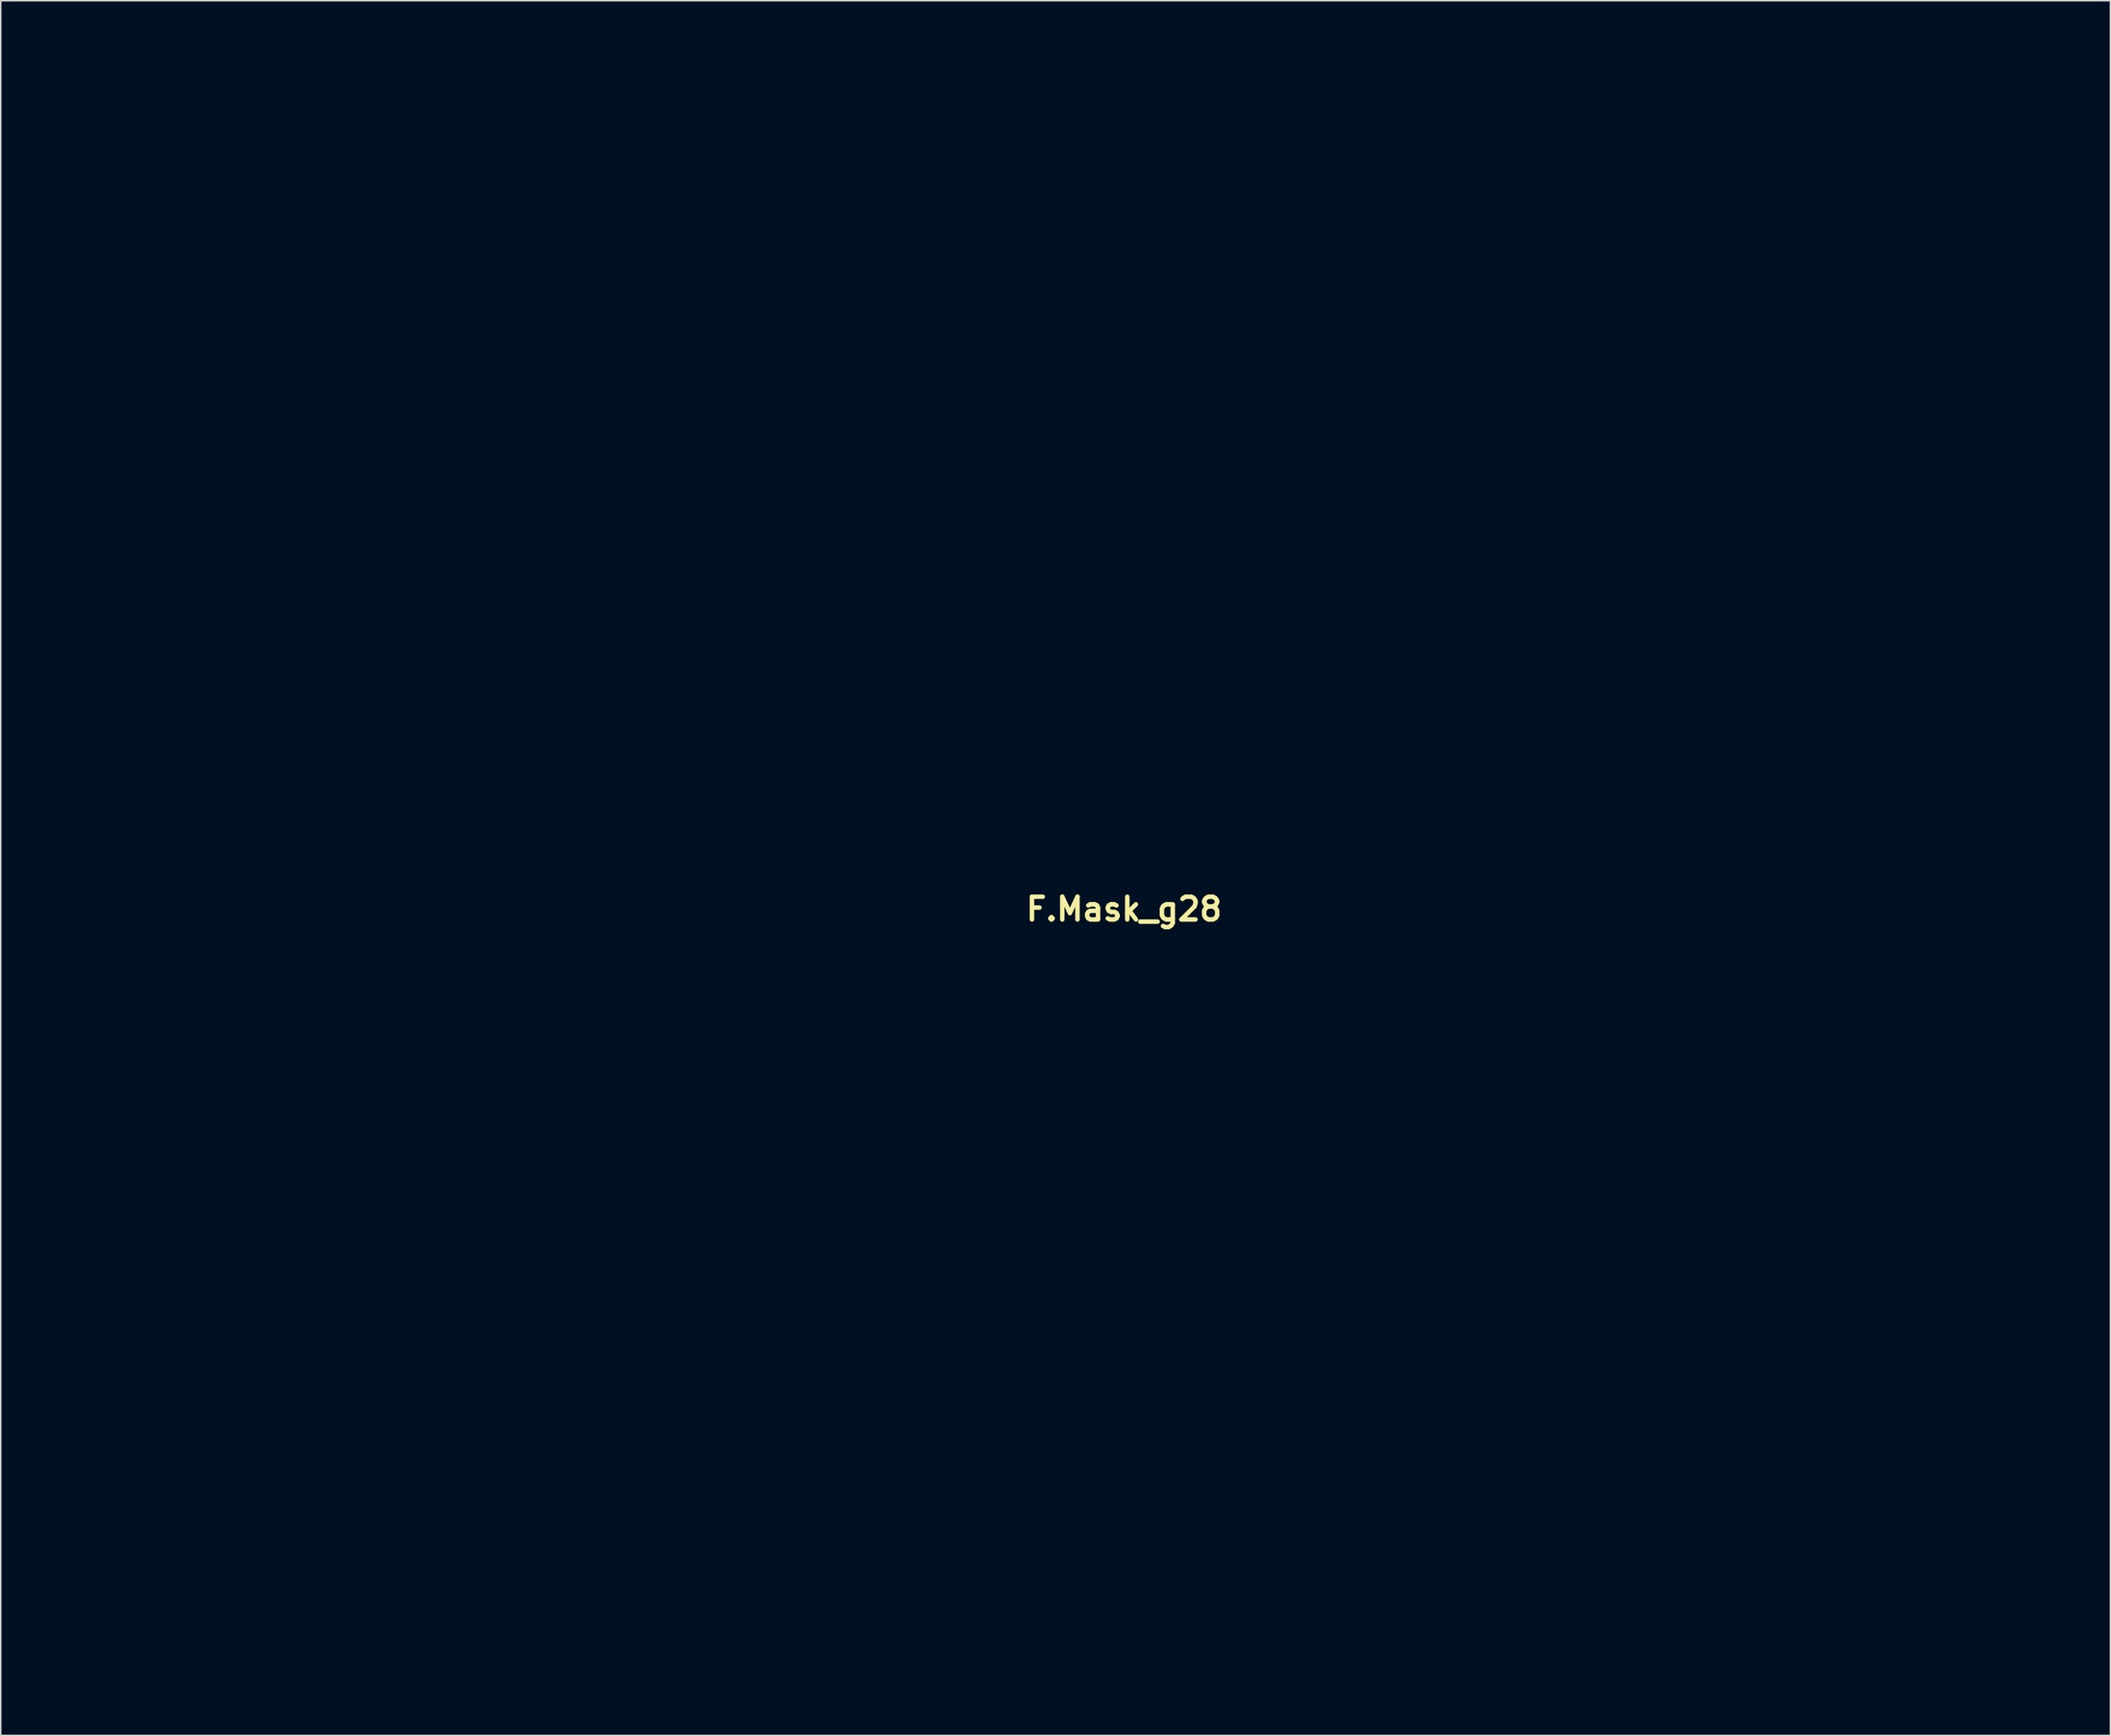
<source format=kicad_pcb>
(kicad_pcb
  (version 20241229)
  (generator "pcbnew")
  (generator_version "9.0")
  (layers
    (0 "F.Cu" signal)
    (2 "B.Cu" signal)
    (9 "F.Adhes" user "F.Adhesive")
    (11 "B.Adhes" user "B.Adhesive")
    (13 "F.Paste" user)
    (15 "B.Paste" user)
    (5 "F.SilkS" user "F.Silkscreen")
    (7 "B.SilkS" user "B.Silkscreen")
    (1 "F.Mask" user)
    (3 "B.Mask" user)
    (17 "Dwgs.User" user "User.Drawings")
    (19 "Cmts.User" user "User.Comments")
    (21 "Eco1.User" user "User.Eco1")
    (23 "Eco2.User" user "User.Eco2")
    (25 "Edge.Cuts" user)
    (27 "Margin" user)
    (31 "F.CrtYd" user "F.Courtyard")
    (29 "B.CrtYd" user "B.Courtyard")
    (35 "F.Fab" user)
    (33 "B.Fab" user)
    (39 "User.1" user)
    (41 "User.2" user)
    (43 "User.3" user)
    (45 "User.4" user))
  (footprint "F.Mask_g28"
    (layer "F.Cu")
    (at 72.268 57.896)
    (property "Reference" "F.Mask_g28" (at 0 0 0) (layer "F.SilkS") (effects (font (size 1.524 1.524) (thickness 0.3))))
    (attr through_hole)
    (fp_poly (pts (xy -56.43 -34.925) (xy -72.263 -34.925) (xy -72.263 -48.726) (xy -70.231 -48.726) (xy -70.231 -36.936) (xy -58.462 -36.936) (xy -58.462 -48.726) (xy -70.231 -48.726) (xy -72.263 -48.726) (xy -72.263 -50.736) (xy -56.43 -50.736) (xy -56.43 -34.925)) (stroke (width 0.01) (type solid)) (fill yes) (layer "F.Mask"))
    (fp_poly (pts (xy -56.43 -15.875) (xy -72.263 -15.875) (xy -72.263 -29.676) (xy -70.231 -29.676) (xy -70.231 -17.886) (xy -58.462 -17.886) (xy -58.462 -29.676) (xy -70.231 -29.676) (xy -72.263 -29.676) (xy -72.263 -31.686) (xy -56.43 -31.686) (xy -56.43 -15.875)) (stroke (width 0.01) (type solid)) (fill yes) (layer "F.Mask"))
    (fp_poly (pts (xy -56.43 3.175) (xy -72.263 3.175) (xy -72.263 -10.626) (xy -70.231 -10.626) (xy -70.231 1.164) (xy -58.462 1.164) (xy -58.462 -10.626) (xy -70.231 -10.626) (xy -72.263 -10.626) (xy -72.263 -12.636) (xy -56.43 -12.636) (xy -56.43 3.175)) (stroke (width 0.01) (type solid)) (fill yes) (layer "F.Mask"))
    (fp_poly (pts (xy -56.43 22.225) (xy -72.263 22.225) (xy -72.263 8.424) (xy -70.231 8.424) (xy -70.231 20.214) (xy -58.462 20.214) (xy -58.462 8.424) (xy -70.231 8.424) (xy -72.263 8.424) (xy -72.263 6.413) (xy -56.43 6.413) (xy -56.43 22.225)) (stroke (width 0.01) (type solid)) (fill yes) (layer "F.Mask"))
    (fp_poly (pts (xy -37.38 -34.925) (xy -53.213 -34.925) (xy -53.213 -48.726) (xy -51.181 -48.726) (xy -51.181 -36.936) (xy -39.412 -36.936) (xy -39.412 -48.726) (xy -51.181 -48.726) (xy -53.213 -48.726) (xy -53.213 -50.736) (xy -37.38 -50.736) (xy -37.38 -34.925)) (stroke (width 0.01) (type solid)) (fill yes) (layer "F.Mask"))
    (fp_poly (pts (xy -37.38 -15.875) (xy -53.213 -15.875) (xy -53.213 -29.676) (xy -51.181 -29.676) (xy -51.181 -17.886) (xy -39.412 -17.886) (xy -39.412 -29.676) (xy -51.181 -29.676) (xy -53.213 -29.676) (xy -53.213 -31.686) (xy -37.38 -31.686) (xy -37.38 -15.875)) (stroke (width 0.01) (type solid)) (fill yes) (layer "F.Mask"))
    (fp_poly (pts (xy -37.38 3.175) (xy -53.213 3.175) (xy -53.213 -10.626) (xy -51.181 -10.626) (xy -51.181 1.164) (xy -39.412 1.164) (xy -39.412 -10.626) (xy -51.181 -10.626) (xy -53.213 -10.626) (xy -53.213 -12.636) (xy -37.38 -12.636) (xy -37.38 3.175)) (stroke (width 0.01) (type solid)) (fill yes) (layer "F.Mask"))
    (fp_poly (pts (xy -37.38 22.225) (xy -53.213 22.225) (xy -53.213 8.424) (xy -51.181 8.424) (xy -51.181 20.214) (xy -39.412 20.214) (xy -39.412 8.424) (xy -51.181 8.424) (xy -53.213 8.424) (xy -53.213 6.413) (xy -37.38 6.413) (xy -37.38 22.225)) (stroke (width 0.01) (type solid)) (fill yes) (layer "F.Mask"))
    (fp_poly (pts (xy -18.33 -39.688) (xy -34.163 -39.688) (xy -34.163 -53.488) (xy -32.131 -53.488) (xy -32.131 -41.698) (xy -20.362 -41.698) (xy -20.362 -53.488) (xy -32.131 -53.488) (xy -34.163 -53.488) (xy -34.163 -55.499) (xy -18.33 -55.499) (xy -18.33 -39.688)) (stroke (width 0.01) (type solid)) (fill yes) (layer "F.Mask"))
    (fp_poly (pts (xy -18.33 -20.637) (xy -34.163 -20.637) (xy -34.163 -34.438) (xy -32.131 -34.438) (xy -32.131 -22.648) (xy -20.362 -22.648) (xy -20.362 -34.438) (xy -32.131 -34.438) (xy -34.163 -34.438) (xy -34.163 -36.449) (xy -18.33 -36.449) (xy -18.33 -20.637)) (stroke (width 0.01) (type solid)) (fill yes) (layer "F.Mask"))
    (fp_poly (pts (xy -18.33 -1.587) (xy -34.163 -1.587) (xy -34.163 -15.388) (xy -32.131 -15.388) (xy -32.131 -3.598) (xy -20.362 -3.598) (xy -20.362 -15.388) (xy -32.131 -15.388) (xy -34.163 -15.388) (xy -34.163 -17.399) (xy -18.33 -17.399) (xy -18.33 -1.587)) (stroke (width 0.01) (type solid)) (fill yes) (layer "F.Mask"))
    (fp_poly (pts (xy -18.33 17.462) (xy -34.163 17.462) (xy -34.163 3.662) (xy -32.131 3.662) (xy -32.131 15.452) (xy -20.362 15.452) (xy -20.362 3.662) (xy -32.131 3.662) (xy -34.163 3.662) (xy -34.163 1.651) (xy -18.33 1.651) (xy -18.33 17.462)) (stroke (width 0.01) (type solid)) (fill yes) (layer "F.Mask"))
    (fp_poly (pts (xy 0.699 -42.058) (xy -15.113 -42.058) (xy -15.113 -55.859) (xy -13.081 -55.859) (xy -13.081 -44.09) (xy -1.312 -44.09) (xy -1.312 -55.859) (xy -13.081 -55.859) (xy -15.113 -55.859) (xy -15.113 -57.891) (xy 0.699 -57.891) (xy 0.699 -42.058)) (stroke (width 0.01) (type solid)) (fill yes) (layer "F.Mask"))
    (fp_poly (pts (xy 0.699 -23.008) (xy -15.113 -23.008) (xy -15.113 -36.809) (xy -13.081 -36.809) (xy -13.081 -25.04) (xy -1.312 -25.04) (xy -1.312 -36.809) (xy -13.081 -36.809) (xy -15.113 -36.809) (xy -15.113 -38.841) (xy 0.699 -38.841) (xy 0.699 -23.008)) (stroke (width 0.01) (type solid)) (fill yes) (layer "F.Mask"))
    (fp_poly (pts (xy 0.699 -3.958) (xy -15.113 -3.958) (xy -15.113 -17.759) (xy -13.081 -17.759) (xy -13.081 -5.99) (xy -1.312 -5.99) (xy -1.312 -17.759) (xy -13.081 -17.759) (xy -15.113 -17.759) (xy -15.113 -19.791) (xy 0.699 -19.791) (xy 0.699 -3.958)) (stroke (width 0.01) (type solid)) (fill yes) (layer "F.Mask"))
    (fp_poly (pts (xy 0.699 15.092) (xy -15.113 15.092) (xy -15.113 1.291) (xy -13.081 1.291) (xy -13.081 13.06) (xy -1.312 13.06) (xy -1.312 1.291) (xy -13.081 1.291) (xy -15.113 1.291) (xy -15.113 -0.741) (xy 0.699 -0.741) (xy 0.699 15.092)) (stroke (width 0.01) (type solid)) (fill yes) (layer "F.Mask"))
    (fp_poly (pts (xy 10.223 38.904) (xy -5.588 38.904) (xy -5.588 25.104) (xy -3.556 25.104) (xy -3.556 36.872) (xy 8.213 36.872) (xy 8.213 25.104) (xy -3.556 25.104) (xy -5.588 25.104) (xy -5.588 23.072) (xy 10.223 23.072) (xy 10.223 38.904)) (stroke (width 0.01) (type solid)) (fill yes) (layer "F.Mask"))
    (fp_poly (pts (xy 19.748 -39.688) (xy 3.937 -39.688) (xy 3.937 -53.488) (xy 5.948 -53.488) (xy 5.948 -41.698) (xy 17.738 -41.698) (xy 17.738 -53.488) (xy 5.948 -53.488) (xy 3.937 -53.488) (xy 3.937 -55.499) (xy 19.748 -55.499) (xy 19.748 -39.688)) (stroke (width 0.01) (type solid)) (fill yes) (layer "F.Mask"))
    (fp_poly (pts (xy 19.748 -20.637) (xy 3.937 -20.637) (xy 3.937 -34.438) (xy 5.948 -34.438) (xy 5.948 -22.648) (xy 17.738 -22.648) (xy 17.738 -34.438) (xy 5.948 -34.438) (xy 3.937 -34.438) (xy 3.937 -36.449) (xy 19.748 -36.449) (xy 19.748 -20.637)) (stroke (width 0.01) (type solid)) (fill yes) (layer "F.Mask"))
    (fp_poly (pts (xy 19.748 -1.587) (xy 3.937 -1.587) (xy 3.937 -15.388) (xy 5.948 -15.388) (xy 5.948 -3.598) (xy 17.738 -3.598) (xy 17.738 -15.388) (xy 5.948 -15.388) (xy 3.937 -15.388) (xy 3.937 -17.399) (xy 19.748 -17.399) (xy 19.748 -1.587)) (stroke (width 0.01) (type solid)) (fill yes) (layer "F.Mask"))
    (fp_poly (pts (xy 19.748 17.462) (xy 3.937 17.462) (xy 3.937 3.662) (xy 5.948 3.662) (xy 5.948 15.452) (xy 17.738 15.452) (xy 17.738 3.662) (xy 5.948 3.662) (xy 3.937 3.662) (xy 3.937 1.651) (xy 19.748 1.651) (xy 19.748 17.462)) (stroke (width 0.01) (type solid)) (fill yes) (layer "F.Mask"))
    (fp_poly (pts (xy 29.273 41.296) (xy 13.462 41.296) (xy 13.462 27.495) (xy 15.473 27.495) (xy 15.473 39.264) (xy 27.263 39.264) (xy 27.263 27.495) (xy 15.473 27.495) (xy 13.462 27.495) (xy 13.462 25.463) (xy 29.273 25.463) (xy 29.273 41.296)) (stroke (width 0.01) (type solid)) (fill yes) (layer "F.Mask"))
    (fp_poly (pts (xy 38.798 -37.296) (xy 22.987 -37.296) (xy 22.987 -51.096) (xy 24.998 -51.096) (xy 24.998 -39.328) (xy 36.788 -39.328) (xy 36.788 -51.096) (xy 24.998 -51.096) (xy 22.987 -51.096) (xy 22.987 -53.128) (xy 38.798 -53.128) (xy 38.798 -37.296)) (stroke (width 0.01) (type solid)) (fill yes) (layer "F.Mask"))
    (fp_poly (pts (xy 38.798 -18.246) (xy 22.987 -18.246) (xy 22.987 -32.046) (xy 24.998 -32.046) (xy 24.998 -20.278) (xy 36.788 -20.278) (xy 36.788 -32.046) (xy 24.998 -32.046) (xy 22.987 -32.046) (xy 22.987 -34.078) (xy 38.798 -34.078) (xy 38.798 -18.246)) (stroke (width 0.01) (type solid)) (fill yes) (layer "F.Mask"))
    (fp_poly (pts (xy 38.798 0.804) (xy 22.987 0.804) (xy 22.987 -12.996) (xy 24.998 -12.996) (xy 24.998 -1.228) (xy 36.788 -1.228) (xy 36.788 -12.996) (xy 24.998 -12.996) (xy 22.987 -12.996) (xy 22.987 -15.028) (xy 38.798 -15.028) (xy 38.798 0.804)) (stroke (width 0.01) (type solid)) (fill yes) (layer "F.Mask"))
    (fp_poly (pts (xy 38.798 19.854) (xy 22.987 19.854) (xy 22.987 6.054) (xy 24.998 6.054) (xy 24.998 17.822) (xy 36.788 17.822) (xy 36.788 6.054) (xy 24.998 6.054) (xy 22.987 6.054) (xy 22.987 4.022) (xy 38.798 4.022) (xy 38.798 19.854)) (stroke (width 0.01) (type solid)) (fill yes) (layer "F.Mask"))
    (fp_poly (pts (xy 39.897 30.821) (xy 39.952 30.85) (xy 40.039 30.899) (xy 40.159 30.967) (xy 40.309 31.052) (xy 40.488 31.154) (xy 40.695 31.271) (xy 40.927 31.404) (xy 41.184 31.551) (xy 41.463 31.71) (xy 41.763 31.883) (xy 42.083 32.066) (xy 42.421 32.26) (xy 42.775 32.463) (xy 43.144 32.676) (xy 43.527 32.896) (xy 43.921 33.122) (xy 44.326 33.355) (xy 44.74 33.593) (xy 45.16 33.835) (xy 45.587 34.081) (xy 46.017 34.329) (xy 46.45 34.578) (xy 46.883 34.828) (xy 47.317 35.078) (xy 47.748 35.327) (xy 48.175 35.574) (xy 48.597 35.817) (xy 49.012 36.057) (xy 49.419 36.292) (xy 49.817 36.522) (xy 50.202 36.745) (xy 50.575 36.96) (xy 50.933 37.167) (xy 51.275 37.365) (xy 51.599 37.553) (xy 51.904 37.73) (xy 52.189 37.895) (xy 52.451 38.047) (xy 52.689 38.186) (xy 52.902 38.31) (xy 53.088 38.419) (xy 53.245 38.511) (xy 53.372 38.586) (xy 53.468 38.643) (xy 53.53 38.68) (xy 53.558 38.698) (xy 53.56 38.699) (xy 53.552 38.718) (xy 53.526 38.768) (xy 53.482 38.851) (xy 53.418 38.966) (xy 53.336 39.113) (xy 53.234 39.293) (xy 53.113 39.507) (xy 52.973 39.753) (xy 52.813 40.034) (xy 52.634 40.348) (xy 52.435 40.696) (xy 52.215 41.078) (xy 51.976 41.495) (xy 51.716 41.947) (xy 51.436 42.434) (xy 51.136 42.956) (xy 50.815 43.514) (xy 50.473 44.107) (xy 50.11 44.737) (xy 49.725 45.403) (xy 49.646 45.541) (xy 49.358 46.039) (xy 49.076 46.528) (xy 48.8 47.006) (xy 48.531 47.472) (xy 48.269 47.925) (xy 48.016 48.364) (xy 47.772 48.787) (xy 47.537 49.193) (xy 47.313 49.58) (xy 47.1 49.948) (xy 46.899 50.296) (xy 46.711 50.621) (xy 46.537 50.923) (xy 46.376 51.2) (xy 46.231 51.451) (xy 46.101 51.675) (xy 45.987 51.871) (xy 45.891 52.037) (xy 45.813 52.172) (xy 45.753 52.274) (xy 45.713 52.343) (xy 45.692 52.377) (xy 45.69 52.38) (xy 45.678 52.377) (xy 45.646 52.361) (xy 45.593 52.334) (xy 45.519 52.294) (xy 45.422 52.241) (xy 45.303 52.174) (xy 45.159 52.094) (xy 44.991 51.999) (xy 44.798 51.89) (xy 44.579 51.765) (xy 44.333 51.625) (xy 44.059 51.468) (xy 43.758 51.295) (xy 43.427 51.106) (xy 43.067 50.899) (xy 42.676 50.674) (xy 42.254 50.431) (xy 41.8 50.17) (xy 41.313 49.889) (xy 40.793 49.59) (xy 40.239 49.27) (xy 39.65 48.93) (xy 39.025 48.569) (xy 38.825 48.454) (xy 38.194 48.089) (xy 37.598 47.745) (xy 37.038 47.421) (xy 36.512 47.117) (xy 36.02 46.832) (xy 35.56 46.566) (xy 35.132 46.319) (xy 34.736 46.089) (xy 34.37 45.876) (xy 34.033 45.681) (xy 33.726 45.502) (xy 33.446 45.339) (xy 33.194 45.192) (xy 32.968 45.06) (xy 32.768 44.942) (xy 32.593 44.839) (xy 32.442 44.75) (xy 32.315 44.674) (xy 32.21 44.61) (xy 32.126 44.56) (xy 32.064 44.521) (xy 32.022 44.493) (xy 31.999 44.477) (xy 31.995 44.471) (xy 32.006 44.451) (xy 32.038 44.395) (xy 32.089 44.306) (xy 32.158 44.184) (xy 32.245 44.033) (xy 32.349 43.852) (xy 32.416 43.736) (xy 34.761 43.736) (xy 34.778 43.749) (xy 34.831 43.782) (xy 34.916 43.834) (xy 35.033 43.904) (xy 35.179 43.99) (xy 35.354 44.093) (xy 35.554 44.21) (xy 35.778 44.341) (xy 36.024 44.485) (xy 36.291 44.641) (xy 36.577 44.807) (xy 36.88 44.983) (xy 37.198 45.168) (xy 37.529 45.36) (xy 37.872 45.559) (xy 38.224 45.763) (xy 38.584 45.971) (xy 38.951 46.183) (xy 39.322 46.398) (xy 39.695 46.614) (xy 40.07 46.83) (xy 40.443 47.045) (xy 40.813 47.259) (xy 41.179 47.469) (xy 41.538 47.676) (xy 41.889 47.878) (xy 42.23 48.074) (xy 42.559 48.263) (xy 42.874 48.445) (xy 43.175 48.617) (xy 43.457 48.779) (xy 43.721 48.93) (xy 43.964 49.068) (xy 44.185 49.194) (xy 44.381 49.305) (xy 44.55 49.401) (xy 44.692 49.481) (xy 44.804 49.543) (xy 44.884 49.587) (xy 44.931 49.612) (xy 44.943 49.617) (xy 44.955 49.597) (xy 44.987 49.542) (xy 45.039 49.454) (xy 45.109 49.333) (xy 45.197 49.182) (xy 45.302 49.001) (xy 45.423 48.793) (xy 45.559 48.558) (xy 45.709 48.298) (xy 45.873 48.016) (xy 46.049 47.711) (xy 46.237 47.386) (xy 46.436 47.042) (xy 46.645 46.68) (xy 46.863 46.303) (xy 47.089 45.911) (xy 47.323 45.507) (xy 47.563 45.09) (xy 47.81 44.664) (xy 47.891 44.524) (xy 48.138 44.095) (xy 48.38 43.675) (xy 48.616 43.267) (xy 48.844 42.871) (xy 49.064 42.49) (xy 49.275 42.123) (xy 49.477 41.774) (xy 49.667 41.443) (xy 49.846 41.133) (xy 50.013 40.843) (xy 50.166 40.577) (xy 50.306 40.334) (xy 50.43 40.118) (xy 50.539 39.929) (xy 50.63 39.769) (xy 50.705 39.638) (xy 50.761 39.54) (xy 50.798 39.475) (xy 50.815 39.445) (xy 50.816 39.442) (xy 50.797 39.432) (xy 50.744 39.4) (xy 50.656 39.35) (xy 50.537 39.281) (xy 50.386 39.194) (xy 50.207 39.09) (xy 50 38.97) (xy 49.766 38.835) (xy 49.508 38.686) (xy 49.227 38.523) (xy 48.924 38.348) (xy 48.6 38.161) (xy 48.258 37.964) (xy 47.899 37.756) (xy 47.524 37.54) (xy 47.134 37.315) (xy 46.732 37.082) (xy 46.319 36.843) (xy 45.895 36.599) (xy 45.836 36.565) (xy 45.41 36.319) (xy 44.993 36.078) (xy 44.587 35.843) (xy 44.192 35.615) (xy 43.81 35.395) (xy 43.444 35.184) (xy 43.094 34.982) (xy 42.763 34.79) (xy 42.45 34.61) (xy 42.159 34.442) (xy 41.891 34.287) (xy 41.647 34.146) (xy 41.429 34.02) (xy 41.238 33.909) (xy 41.076 33.816) (xy 40.944 33.74) (xy 40.844 33.682) (xy 40.778 33.643) (xy 40.747 33.625) (xy 40.746 33.625) (xy 40.629 33.556) (xy 37.698 38.634) (xy 37.45 39.063) (xy 37.208 39.483) (xy 36.972 39.891) (xy 36.743 40.288) (xy 36.523 40.67) (xy 36.311 41.037) (xy 36.109 41.388) (xy 35.918 41.719) (xy 35.738 42.031) (xy 35.571 42.322) (xy 35.417 42.59) (xy 35.277 42.834) (xy 35.152 43.051) (xy 35.042 43.242) (xy 34.95 43.404) (xy 34.874 43.535) (xy 34.817 43.635) (xy 34.78 43.702) (xy 34.762 43.734) (xy 34.761 43.736) (xy 32.416 43.736) (xy 32.468 43.645) (xy 32.603 43.411) (xy 32.751 43.154) (xy 32.913 42.873) (xy 33.086 42.572) (xy 33.271 42.251) (xy 33.466 41.912) (xy 33.671 41.557) (xy 33.885 41.187) (xy 34.106 40.803) (xy 34.334 40.408) (xy 34.567 40.003) (xy 34.806 39.589) (xy 35.049 39.168) (xy 35.295 38.741) (xy 35.544 38.311) (xy 35.793 37.878) (xy 36.044 37.444) (xy 36.294 37.011) (xy 36.542 36.58) (xy 36.789 36.153) (xy 37.032 35.732) (xy 37.272 35.317) (xy 37.506 34.911) (xy 37.735 34.515) (xy 37.957 34.13) (xy 38.172 33.759) (xy 38.378 33.402) (xy 38.574 33.062) (xy 38.761 32.739) (xy 38.936 32.436) (xy 39.099 32.154) (xy 39.25 31.894) (xy 39.386 31.658) (xy 39.508 31.448) (xy 39.614 31.265) (xy 39.703 31.111) (xy 39.775 30.987) (xy 39.829 30.894) (xy 39.863 30.836) (xy 39.878 30.812) (xy 39.878 30.811) (xy 39.897 30.821)) (stroke (width 0.01) (type solid)) (fill yes) (layer "F.Mask"))
    (fp_poly (pts (xy 49.435 14.325) (xy 49.491 14.356) (xy 49.58 14.406) (xy 49.702 14.475) (xy 49.856 14.562) (xy 50.04 14.667) (xy 50.253 14.788) (xy 50.493 14.926) (xy 50.761 15.079) (xy 51.053 15.246) (xy 51.369 15.427) (xy 51.708 15.622) (xy 52.068 15.829) (xy 52.448 16.047) (xy 52.847 16.277) (xy 53.263 16.516) (xy 53.696 16.766) (xy 54.144 17.023) (xy 54.605 17.289) (xy 55.078 17.562) (xy 55.563 17.842) (xy 56.058 18.128) (xy 56.27 18.25) (xy 56.884 18.605) (xy 57.463 18.939) (xy 58.006 19.253) (xy 58.516 19.548) (xy 58.993 19.824) (xy 59.439 20.081) (xy 59.853 20.321) (xy 60.237 20.543) (xy 60.592 20.749) (xy 60.918 20.939) (xy 61.218 21.113) (xy 61.491 21.272) (xy 61.739 21.416) (xy 61.963 21.547) (xy 62.163 21.664) (xy 62.341 21.769) (xy 62.497 21.861) (xy 62.633 21.941) (xy 62.749 22.011) (xy 62.846 22.069) (xy 62.925 22.118) (xy 62.988 22.157) (xy 63.035 22.187) (xy 63.067 22.209) (xy 63.085 22.223) (xy 63.09 22.23) (xy 63.079 22.252) (xy 63.047 22.309) (xy 62.996 22.4) (xy 62.926 22.523) (xy 62.839 22.675) (xy 62.735 22.857) (xy 62.616 23.066) (xy 62.481 23.3) (xy 62.333 23.558) (xy 62.171 23.839) (xy 61.997 24.141) (xy 61.812 24.462) (xy 61.617 24.802) (xy 61.412 25.157) (xy 61.199 25.528) (xy 60.978 25.911) (xy 60.75 26.306) (xy 60.516 26.712) (xy 60.277 27.126) (xy 60.034 27.547) (xy 59.788 27.973) (xy 59.539 28.403) (xy 59.289 28.836) (xy 59.038 29.269) (xy 58.788 29.702) (xy 58.539 30.133) (xy 58.293 30.559) (xy 58.049 30.98) (xy 57.809 31.395) (xy 57.575 31.801) (xy 57.345 32.196) (xy 57.123 32.58) (xy 56.908 32.951) (xy 56.702 33.308) (xy 56.504 33.648) (xy 56.317 33.97) (xy 56.142 34.273) (xy 55.978 34.555) (xy 55.827 34.815) (xy 55.69 35.05) (xy 55.568 35.26) (xy 55.461 35.443) (xy 55.371 35.597) (xy 55.298 35.721) (xy 55.243 35.813) (xy 55.208 35.872) (xy 55.193 35.896) (xy 55.192 35.897) (xy 55.172 35.886) (xy 55.117 35.855) (xy 55.028 35.805) (xy 54.906 35.735) (xy 54.753 35.647) (xy 54.569 35.542) (xy 54.356 35.419) (xy 54.116 35.281) (xy 53.849 35.128) (xy 53.557 34.96) (xy 53.242 34.778) (xy 52.903 34.583) (xy 52.544 34.376) (xy 52.164 34.157) (xy 51.766 33.927) (xy 51.35 33.687) (xy 50.918 33.438) (xy 50.471 33.18) (xy 50.01 32.914) (xy 49.538 32.641) (xy 49.054 32.362) (xy 48.56 32.077) (xy 48.384 31.975) (xy 47.887 31.688) (xy 47.399 31.406) (xy 46.922 31.13) (xy 46.456 30.861) (xy 46.004 30.6) (xy 45.565 30.346) (xy 45.143 30.102) (xy 44.737 29.867) (xy 44.349 29.643) (xy 43.981 29.431) (xy 43.634 29.23) (xy 43.309 29.042) (xy 43.007 28.867) (xy 42.73 28.707) (xy 42.478 28.561) (xy 42.254 28.431) (xy 42.059 28.318) (xy 41.893 28.222) (xy 41.758 28.144) (xy 41.656 28.084) (xy 41.587 28.044) (xy 41.553 28.025) (xy 41.55 28.023) (xy 41.546 28.02) (xy 41.543 28.016) (xy 41.541 28.01) (xy 41.542 28) (xy 41.545 27.987) (xy 41.552 27.967) (xy 41.563 27.942) (xy 41.578 27.909) (xy 41.599 27.867) (xy 41.626 27.815) (xy 41.66 27.752) (xy 41.7 27.678) (xy 41.748 27.59) (xy 41.805 27.488) (xy 41.871 27.37) (xy 41.93 27.266) (xy 44.29 27.266) (xy 44.319 27.284) (xy 44.383 27.321) (xy 44.479 27.377) (xy 44.606 27.451) (xy 44.762 27.542) (xy 44.945 27.648) (xy 45.154 27.768) (xy 45.386 27.902) (xy 45.639 28.049) (xy 45.913 28.207) (xy 46.205 28.376) (xy 46.513 28.553) (xy 46.835 28.74) (xy 47.171 28.933) (xy 47.517 29.133) (xy 47.872 29.338) (xy 48.235 29.547) (xy 48.603 29.759) (xy 48.975 29.974) (xy 49.348 30.189) (xy 49.722 30.405) (xy 50.094 30.619) (xy 50.463 30.832) (xy 50.826 31.041) (xy 51.182 31.247) (xy 51.53 31.447) (xy 51.866 31.64) (xy 52.19 31.827) (xy 52.5 32.005) (xy 52.794 32.174) (xy 53.07 32.333) (xy 53.326 32.48) (xy 53.56 32.615) (xy 53.771 32.737) (xy 53.957 32.843) (xy 54.117 32.935) (xy 54.247 33.009) (xy 54.347 33.066) (xy 54.414 33.105) (xy 54.448 33.123) (xy 54.451 33.125) (xy 54.463 33.107) (xy 54.496 33.054) (xy 54.548 32.967) (xy 54.618 32.847) (xy 54.707 32.697) (xy 54.812 32.518) (xy 54.933 32.311) (xy 55.069 32.077) (xy 55.219 31.819) (xy 55.383 31.537) (xy 55.56 31.234) (xy 55.748 30.909) (xy 55.947 30.566) (xy 56.156 30.206) (xy 56.374 29.829) (xy 56.6 29.438) (xy 56.834 29.034) (xy 57.074 28.618) (xy 57.32 28.192) (xy 57.403 28.048) (xy 57.651 27.619) (xy 57.893 27.199) (xy 58.128 26.791) (xy 58.357 26.395) (xy 58.577 26.012) (xy 58.788 25.646) (xy 58.99 25.296) (xy 59.181 24.964) (xy 59.36 24.653) (xy 59.527 24.363) (xy 59.68 24.095) (xy 59.82 23.852) (xy 59.944 23.635) (xy 60.053 23.445) (xy 60.145 23.284) (xy 60.22 23.153) (xy 60.277 23.053) (xy 60.314 22.987) (xy 60.331 22.956) (xy 60.332 22.953) (xy 60.314 22.941) (xy 60.26 22.909) (xy 60.173 22.858) (xy 60.054 22.787) (xy 59.903 22.699) (xy 59.724 22.594) (xy 59.517 22.474) (xy 59.283 22.338) (xy 59.024 22.187) (xy 58.743 22.024) (xy 58.439 21.847) (xy 58.114 21.659) (xy 57.771 21.46) (xy 57.41 21.251) (xy 57.033 21.033) (xy 56.642 20.807) (xy 56.238 20.573) (xy 55.822 20.332) (xy 55.395 20.086) (xy 55.243 19.998) (xy 54.678 19.672) (xy 54.149 19.367) (xy 53.655 19.082) (xy 53.197 18.818) (xy 52.772 18.574) (xy 52.382 18.35) (xy 52.025 18.145) (xy 51.701 17.959) (xy 51.409 17.792) (xy 51.149 17.644) (xy 50.92 17.514) (xy 50.721 17.402) (xy 50.553 17.307) (xy 50.414 17.23) (xy 50.304 17.169) (xy 50.223 17.126) (xy 50.169 17.098) (xy 50.143 17.087) (xy 50.14 17.087) (xy 50.128 17.107) (xy 50.096 17.163) (xy 50.045 17.252) (xy 49.974 17.373) (xy 49.887 17.525) (xy 49.782 17.707) (xy 49.661 17.916) (xy 49.525 18.151) (xy 49.375 18.411) (xy 49.211 18.695) (xy 49.035 19) (xy 48.847 19.325) (xy 48.648 19.67) (xy 48.439 20.031) (xy 48.221 20.409) (xy 47.994 20.801) (xy 47.76 21.206) (xy 47.52 21.622) (xy 47.274 22.048) (xy 47.196 22.183) (xy 46.903 22.69) (xy 46.623 23.175) (xy 46.356 23.638) (xy 46.103 24.077) (xy 45.865 24.491) (xy 45.641 24.881) (xy 45.432 25.244) (xy 45.24 25.581) (xy 45.063 25.889) (xy 44.903 26.169) (xy 44.761 26.419) (xy 44.636 26.638) (xy 44.53 26.827) (xy 44.442 26.983) (xy 44.374 27.105) (xy 44.326 27.194) (xy 44.297 27.248) (xy 44.29 27.266) (xy 41.93 27.266) (xy 41.947 27.237) (xy 42.032 27.085) (xy 42.129 26.915) (xy 42.238 26.726) (xy 42.358 26.515) (xy 42.491 26.283) (xy 42.638 26.027) (xy 42.799 25.747) (xy 42.975 25.443) (xy 43.165 25.111) (xy 43.372 24.753) (xy 43.595 24.365) (xy 43.836 23.948) (xy 44.094 23.501) (xy 44.371 23.021) (xy 44.667 22.509) (xy 44.982 21.962) (xy 45.318 21.381) (xy 45.447 21.158) (xy 45.734 20.659) (xy 46.017 20.17) (xy 46.293 19.692) (xy 46.563 19.225) (xy 46.825 18.772) (xy 47.079 18.333) (xy 47.324 17.91) (xy 47.559 17.504) (xy 47.784 17.116) (xy 47.997 16.748) (xy 48.198 16.401) (xy 48.387 16.075) (xy 48.562 15.773) (xy 48.723 15.496) (xy 48.87 15.245) (xy 49 15.021) (xy 49.114 14.825) (xy 49.211 14.659) (xy 49.29 14.525) (xy 49.351 14.422) (xy 49.392 14.353) (xy 49.413 14.319) (xy 49.415 14.316) (xy 49.435 14.325)) (stroke (width 0.01) (type solid)) (fill yes) (layer "F.Mask")))
  (gr_rect
    (start -3 -3)
    (end 138.363 113.281)
    (stroke (width 0.1) (type default))
    (fill no)
    (layer "Edge.Cuts")))
</source>
